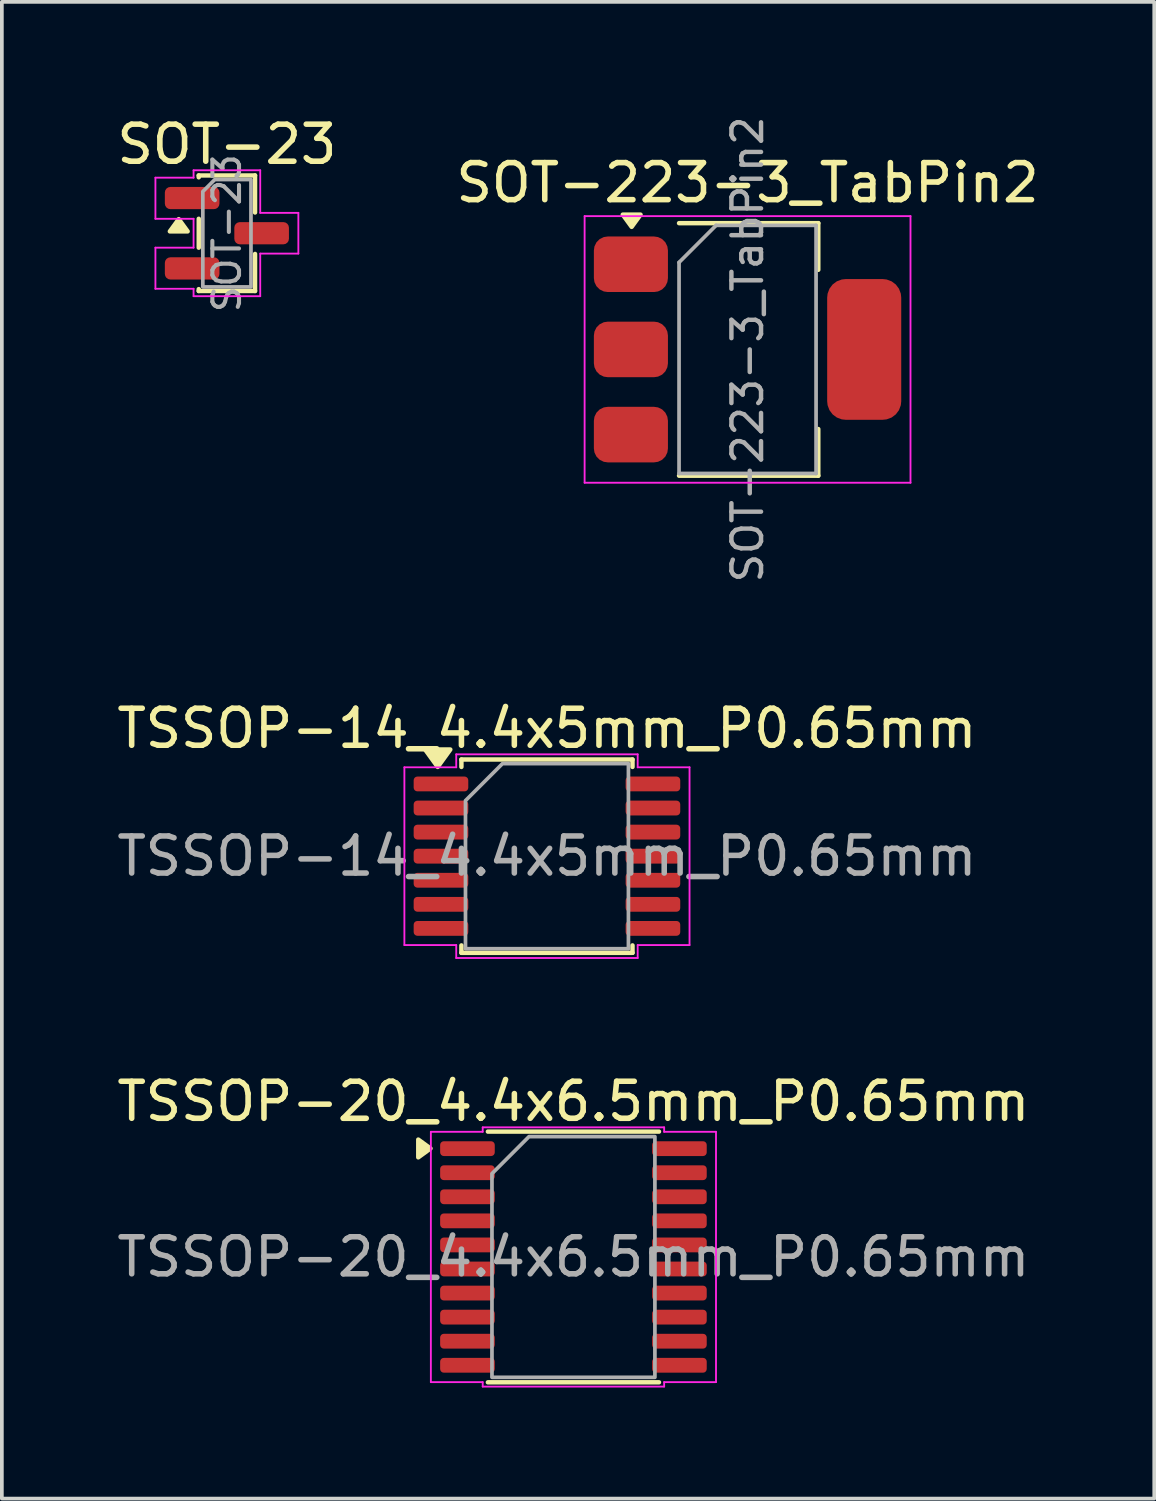
<source format=kicad_pcb>
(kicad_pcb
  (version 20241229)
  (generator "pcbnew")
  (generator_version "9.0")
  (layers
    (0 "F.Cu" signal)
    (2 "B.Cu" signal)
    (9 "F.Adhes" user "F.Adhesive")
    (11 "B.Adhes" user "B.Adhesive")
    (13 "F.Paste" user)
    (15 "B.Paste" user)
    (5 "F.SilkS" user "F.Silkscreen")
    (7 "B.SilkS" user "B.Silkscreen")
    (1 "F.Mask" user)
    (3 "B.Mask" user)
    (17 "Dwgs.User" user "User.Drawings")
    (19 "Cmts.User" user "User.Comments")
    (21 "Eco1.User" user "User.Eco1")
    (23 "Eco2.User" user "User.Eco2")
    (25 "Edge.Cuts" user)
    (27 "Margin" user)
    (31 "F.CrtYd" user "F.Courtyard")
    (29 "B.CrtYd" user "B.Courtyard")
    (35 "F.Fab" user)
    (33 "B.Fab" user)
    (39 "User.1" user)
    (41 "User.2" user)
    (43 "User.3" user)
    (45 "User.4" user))
  (footprint "SOT-223-3_TabPin2"
    (layer "F.Cu")
    (at 17.137 6.386)
    (property "Reference" "SOT-223-3_TabPin2" (at 0 -4.5 0) (layer "F.SilkS") (effects (font (size 1 1) (thickness 0.15))))
    (attr smd)
    (fp_line (start -1.85 -3.41) (end 1.91 -3.41) (stroke (width 0.12) (type solid)) (layer "F.SilkS"))
    (fp_line (start -1.85 3.41) (end 1.91 3.41) (stroke (width 0.12) (type solid)) (layer "F.SilkS"))
    (fp_line (start 1.91 -3.41) (end 1.91 -2.15) (stroke (width 0.12) (type solid)) (layer "F.SilkS"))
    (fp_line (start 1.91 3.41) (end 1.91 2.15) (stroke (width 0.12) (type solid)) (layer "F.SilkS"))
    (fp_poly (pts (xy -3.13 -3.31) (xy -3.37 -3.64) (xy -2.89 -3.64) (xy -3.13 -3.31)) (stroke (width 0.12) (type solid)) (fill yes) (layer "F.SilkS"))
    (fp_line (start -4.4 -3.6) (end -4.4 3.6) (stroke (width 0.05) (type solid)) (layer "F.CrtYd"))
    (fp_line (start -4.4 3.6) (end 4.4 3.6) (stroke (width 0.05) (type solid)) (layer "F.CrtYd"))
    (fp_line (start 4.4 -3.6) (end -4.4 -3.6) (stroke (width 0.05) (type solid)) (layer "F.CrtYd"))
    (fp_line (start 4.4 3.6) (end 4.4 -3.6) (stroke (width 0.05) (type solid)) (layer "F.CrtYd"))
    (fp_line (start -1.85 -2.35) (end -1.85 3.35) (stroke (width 0.1) (type solid)) (layer "F.Fab"))
    (fp_line (start -1.85 -2.35) (end -0.85 -3.35) (stroke (width 0.1) (type solid)) (layer "F.Fab"))
    (fp_line (start -1.85 3.35) (end 1.85 3.35) (stroke (width 0.1) (type solid)) (layer "F.Fab"))
    (fp_line (start -0.85 -3.35) (end 1.85 -3.35) (stroke (width 0.1) (type solid)) (layer "F.Fab"))
    (fp_line (start 1.85 -3.35) (end 1.85 3.35) (stroke (width 0.1) (type solid)) (layer "F.Fab"))
    (fp_text user "${REFERENCE}" (at 0 0 90) (layer "F.Fab") (effects (font (size 0.8 0.8) (thickness 0.12))))
    (pad "1" smd roundrect (at -3.15 -2.3) (size 2 1.5) (layers "F.Cu" "F.Mask" "F.Paste") (roundrect_rratio 0.25))
    (pad "2" smd roundrect (at -3.15 0) (size 2 1.5) (layers "F.Cu" "F.Mask" "F.Paste") (roundrect_rratio 0.25))
    (pad "2" smd roundrect (at 3.15 0) (size 2 3.8) (layers "F.Cu" "F.Mask" "F.Paste") (roundrect_rratio 0.25))
    (pad "3" smd roundrect (at -3.15 2.3) (size 2 1.5) (layers "F.Cu" "F.Mask" "F.Paste") (roundrect_rratio 0.25)))
  (footprint "TSSOP-14_4.4x5mm_P0.65mm"
    (layer "F.Cu")
    (at 11.72 20.07)
    (property "Reference" "TSSOP-14_4.4x5mm_P0.65mm" (at 0 -3.45 0) (layer "F.SilkS") (effects (font (size 1 1) (thickness 0.15))))
    (attr smd)
    (fp_line (start -2.31 -2.61) (end 2.31 -2.61) (stroke (width 0.12) (type solid)) (layer "F.SilkS"))
    (fp_line (start -2.31 -2.41) (end -2.31 -2.61) (stroke (width 0.12) (type solid)) (layer "F.SilkS"))
    (fp_line (start -2.31 2.61) (end -2.31 2.41) (stroke (width 0.12) (type solid)) (layer "F.SilkS"))
    (fp_line (start 2.31 -2.61) (end 2.31 -2.41) (stroke (width 0.12) (type solid)) (layer "F.SilkS"))
    (fp_line (start 2.31 2.41) (end 2.31 2.61) (stroke (width 0.12) (type solid)) (layer "F.SilkS"))
    (fp_line (start 2.31 2.61) (end -2.31 2.61) (stroke (width 0.12) (type solid)) (layer "F.SilkS"))
    (fp_poly (pts (xy -2.95 -2.41) (xy -3.29 -2.88) (xy -2.61 -2.88)) (stroke (width 0.12) (type solid)) (fill yes) (layer "F.SilkS"))
    (fp_line (start -3.85 -2.4) (end -2.45 -2.4) (stroke (width 0.05) (type solid)) (layer "F.CrtYd"))
    (fp_line (start -3.85 2.4) (end -3.85 -2.4) (stroke (width 0.05) (type solid)) (layer "F.CrtYd"))
    (fp_line (start -2.45 -2.75) (end 2.45 -2.75) (stroke (width 0.05) (type solid)) (layer "F.CrtYd"))
    (fp_line (start -2.45 -2.4) (end -2.45 -2.75) (stroke (width 0.05) (type solid)) (layer "F.CrtYd"))
    (fp_line (start -2.45 2.4) (end -3.85 2.4) (stroke (width 0.05) (type solid)) (layer "F.CrtYd"))
    (fp_line (start -2.45 2.75) (end -2.45 2.4) (stroke (width 0.05) (type solid)) (layer "F.CrtYd"))
    (fp_line (start 2.45 -2.75) (end 2.45 -2.4) (stroke (width 0.05) (type solid)) (layer "F.CrtYd"))
    (fp_line (start 2.45 -2.4) (end 3.85 -2.4) (stroke (width 0.05) (type solid)) (layer "F.CrtYd"))
    (fp_line (start 2.45 2.4) (end 2.45 2.75) (stroke (width 0.05) (type solid)) (layer "F.CrtYd"))
    (fp_line (start 2.45 2.75) (end -2.45 2.75) (stroke (width 0.05) (type solid)) (layer "F.CrtYd"))
    (fp_line (start 3.85 -2.4) (end 3.85 2.4) (stroke (width 0.05) (type solid)) (layer "F.CrtYd"))
    (fp_line (start 3.85 2.4) (end 2.45 2.4) (stroke (width 0.05) (type solid)) (layer "F.CrtYd"))
    (fp_poly (pts (xy -1.2 -2.5) (xy 2.2 -2.5) (xy 2.2 2.5) (xy -2.2 2.5) (xy -2.2 -1.5)) (stroke (width 0.1) (type solid)) (fill no) (layer "F.Fab"))
    (fp_text user "${REFERENCE}" (at 0 0 0) (layer "F.Fab") (effects (font (size 1 1) (thickness 0.15))))
    (pad "1" smd roundrect (at -2.862 -1.95) (size 1.475 0.4) (layers "F.Cu" "F.Mask" "F.Paste") (roundrect_rratio 0.25))
    (pad "2" smd roundrect (at -2.862 -1.3) (size 1.475 0.4) (layers "F.Cu" "F.Mask" "F.Paste") (roundrect_rratio 0.25))
    (pad "3" smd roundrect (at -2.862 -0.65) (size 1.475 0.4) (layers "F.Cu" "F.Mask" "F.Paste") (roundrect_rratio 0.25))
    (pad "4" smd roundrect (at -2.862 0) (size 1.475 0.4) (layers "F.Cu" "F.Mask" "F.Paste") (roundrect_rratio 0.25))
    (pad "5" smd roundrect (at -2.862 0.65) (size 1.475 0.4) (layers "F.Cu" "F.Mask" "F.Paste") (roundrect_rratio 0.25))
    (pad "6" smd roundrect (at -2.862 1.3) (size 1.475 0.4) (layers "F.Cu" "F.Mask" "F.Paste") (roundrect_rratio 0.25))
    (pad "7" smd roundrect (at -2.862 1.95) (size 1.475 0.4) (layers "F.Cu" "F.Mask" "F.Paste") (roundrect_rratio 0.25))
    (pad "8" smd roundrect (at 2.862 1.95) (size 1.475 0.4) (layers "F.Cu" "F.Mask" "F.Paste") (roundrect_rratio 0.25))
    (pad "9" smd roundrect (at 2.862 1.3) (size 1.475 0.4) (layers "F.Cu" "F.Mask" "F.Paste") (roundrect_rratio 0.25))
    (pad "10" smd roundrect (at 2.862 0.65) (size 1.475 0.4) (layers "F.Cu" "F.Mask" "F.Paste") (roundrect_rratio 0.25))
    (pad "11" smd roundrect (at 2.862 0) (size 1.475 0.4) (layers "F.Cu" "F.Mask" "F.Paste") (roundrect_rratio 0.25))
    (pad "12" smd roundrect (at 2.862 -0.65) (size 1.475 0.4) (layers "F.Cu" "F.Mask" "F.Paste") (roundrect_rratio 0.25))
    (pad "13" smd roundrect (at 2.862 -1.3) (size 1.475 0.4) (layers "F.Cu" "F.Mask" "F.Paste") (roundrect_rratio 0.25))
    (pad "14" smd roundrect (at 2.862 -1.95) (size 1.475 0.4) (layers "F.Cu" "F.Mask" "F.Paste") (roundrect_rratio 0.25)))
  (footprint "SOT-23"
    (layer "F.Cu")
    (at 3.077 3.248)
    (property "Reference" "SOT-23" (at 0 -2.4 0) (layer "F.SilkS") (effects (font (size 1 1) (thickness 0.15))))
    (attr smd)
    (fp_line (start -0.76 -1.56) (end 0.76 -1.56) (stroke (width 0.12) (type solid)) (layer "F.SilkS"))
    (fp_line (start -0.76 -1.51) (end -0.76 -1.56) (stroke (width 0.12) (type solid)) (layer "F.SilkS"))
    (fp_line (start -0.76 0.39) (end -0.76 -0.39) (stroke (width 0.12) (type solid)) (layer "F.SilkS"))
    (fp_line (start -0.76 1.56) (end -0.76 1.51) (stroke (width 0.12) (type solid)) (layer "F.SilkS"))
    (fp_line (start 0.76 -1.56) (end 0.76 -0.56) (stroke (width 0.12) (type solid)) (layer "F.SilkS"))
    (fp_line (start 0.76 0.56) (end 0.76 1.56) (stroke (width 0.12) (type solid)) (layer "F.SilkS"))
    (fp_line (start 0.76 1.56) (end -0.76 1.56) (stroke (width 0.12) (type solid)) (layer "F.SilkS"))
    (fp_poly (pts (xy -1.3 -0.38) (xy -1.06 -0.05) (xy -1.54 -0.05)) (stroke (width 0.12) (type solid)) (fill yes) (layer "F.SilkS"))
    (fp_line (start -1.93 -1.5) (end -0.9 -1.5) (stroke (width 0.05) (type solid)) (layer "F.CrtYd"))
    (fp_line (start -1.93 -0.39) (end -1.93 -1.5) (stroke (width 0.05) (type solid)) (layer "F.CrtYd"))
    (fp_line (start -1.93 0.39) (end -0.9 0.39) (stroke (width 0.05) (type solid)) (layer "F.CrtYd"))
    (fp_line (start -1.93 1.5) (end -1.93 0.39) (stroke (width 0.05) (type solid)) (layer "F.CrtYd"))
    (fp_line (start -0.9 -1.7) (end 0.9 -1.7) (stroke (width 0.05) (type solid)) (layer "F.CrtYd"))
    (fp_line (start -0.9 -1.5) (end -0.9 -1.7) (stroke (width 0.05) (type solid)) (layer "F.CrtYd"))
    (fp_line (start -0.9 -0.39) (end -1.93 -0.39) (stroke (width 0.05) (type solid)) (layer "F.CrtYd"))
    (fp_line (start -0.9 0.39) (end -0.9 -0.39) (stroke (width 0.05) (type solid)) (layer "F.CrtYd"))
    (fp_line (start -0.9 1.5) (end -1.93 1.5) (stroke (width 0.05) (type solid)) (layer "F.CrtYd"))
    (fp_line (start -0.9 1.7) (end -0.9 1.5) (stroke (width 0.05) (type solid)) (layer "F.CrtYd"))
    (fp_line (start 0.9 -1.7) (end 0.9 -0.55) (stroke (width 0.05) (type solid)) (layer "F.CrtYd"))
    (fp_line (start 0.9 -0.55) (end 1.93 -0.55) (stroke (width 0.05) (type solid)) (layer "F.CrtYd"))
    (fp_line (start 0.9 0.55) (end 0.9 1.7) (stroke (width 0.05) (type solid)) (layer "F.CrtYd"))
    (fp_line (start 0.9 1.7) (end -0.9 1.7) (stroke (width 0.05) (type solid)) (layer "F.CrtYd"))
    (fp_line (start 1.93 -0.55) (end 1.93 0.55) (stroke (width 0.05) (type solid)) (layer "F.CrtYd"))
    (fp_line (start 1.93 0.55) (end 0.9 0.55) (stroke (width 0.05) (type solid)) (layer "F.CrtYd"))
    (fp_poly (pts (xy -0.325 -1.45) (xy 0.65 -1.45) (xy 0.65 1.45) (xy -0.65 1.45) (xy -0.65 -1.125)) (stroke (width 0.1) (type solid)) (fill no) (layer "F.Fab"))
    (fp_text user "${REFERENCE}" (at 0 0 90) (layer "F.Fab") (effects (font (size 0.72 0.72) (thickness 0.11))))
    (pad "1" smd roundrect (at -0.938 -0.95) (size 1.475 0.6) (layers "F.Cu" "F.Mask" "F.Paste") (roundrect_rratio 0.25))
    (pad "2" smd roundrect (at -0.938 0.95) (size 1.475 0.6) (layers "F.Cu" "F.Mask" "F.Paste") (roundrect_rratio 0.25))
    (pad "3" smd roundrect (at 0.938 0) (size 1.475 0.6) (layers "F.Cu" "F.Mask" "F.Paste") (roundrect_rratio 0.25)))
  (footprint "TSSOP-20_4.4x6.5mm_P0.65mm"
    (layer "F.Cu")
    (at 12.435 30.893)
    (property "Reference" "TSSOP-20_4.4x6.5mm_P0.65mm" (at 0 -4.2 0) (layer "F.SilkS") (effects (font (size 1 1) (thickness 0.15))))
    (attr smd)
    (fp_line (start -2.31 -3.385) (end 2.31 -3.385) (stroke (width 0.12) (type solid)) (layer "F.SilkS"))
    (fp_line (start 2.31 3.385) (end -2.31 3.385) (stroke (width 0.12) (type solid)) (layer "F.SilkS"))
    (fp_poly (pts (xy -3.86 -2.93) (xy -4.19 -2.69) (xy -4.19 -3.17)) (stroke (width 0.12) (type solid)) (fill yes) (layer "F.SilkS"))
    (fp_line (start -3.85 -3.38) (end -2.45 -3.38) (stroke (width 0.05) (type solid)) (layer "F.CrtYd"))
    (fp_line (start -3.85 3.38) (end -3.85 -3.38) (stroke (width 0.05) (type solid)) (layer "F.CrtYd"))
    (fp_line (start -2.45 -3.5) (end 2.45 -3.5) (stroke (width 0.05) (type solid)) (layer "F.CrtYd"))
    (fp_line (start -2.45 -3.38) (end -2.45 -3.5) (stroke (width 0.05) (type solid)) (layer "F.CrtYd"))
    (fp_line (start -2.45 3.38) (end -3.85 3.38) (stroke (width 0.05) (type solid)) (layer "F.CrtYd"))
    (fp_line (start -2.45 3.5) (end -2.45 3.38) (stroke (width 0.05) (type solid)) (layer "F.CrtYd"))
    (fp_line (start 2.45 -3.5) (end 2.45 -3.38) (stroke (width 0.05) (type solid)) (layer "F.CrtYd"))
    (fp_line (start 2.45 -3.38) (end 3.85 -3.38) (stroke (width 0.05) (type solid)) (layer "F.CrtYd"))
    (fp_line (start 2.45 3.38) (end 2.45 3.5) (stroke (width 0.05) (type solid)) (layer "F.CrtYd"))
    (fp_line (start 2.45 3.5) (end -2.45 3.5) (stroke (width 0.05) (type solid)) (layer "F.CrtYd"))
    (fp_line (start 3.85 -3.38) (end 3.85 3.38) (stroke (width 0.05) (type solid)) (layer "F.CrtYd"))
    (fp_line (start 3.85 3.38) (end 2.45 3.38) (stroke (width 0.05) (type solid)) (layer "F.CrtYd"))
    (fp_poly (pts (xy -1.2 -3.25) (xy 2.2 -3.25) (xy 2.2 3.25) (xy -2.2 3.25) (xy -2.2 -2.25)) (stroke (width 0.1) (type solid)) (fill no) (layer "F.Fab"))
    (fp_text user "${REFERENCE}" (at 0 0 0) (layer "F.Fab") (effects (font (size 1 1) (thickness 0.15))))
    (pad "1" smd roundrect (at -2.862 -2.925) (size 1.475 0.4) (layers "F.Cu" "F.Mask" "F.Paste") (roundrect_rratio 0.25))
    (pad "2" smd roundrect (at -2.862 -2.275) (size 1.475 0.4) (layers "F.Cu" "F.Mask" "F.Paste") (roundrect_rratio 0.25))
    (pad "3" smd roundrect (at -2.862 -1.625) (size 1.475 0.4) (layers "F.Cu" "F.Mask" "F.Paste") (roundrect_rratio 0.25))
    (pad "4" smd roundrect (at -2.862 -0.975) (size 1.475 0.4) (layers "F.Cu" "F.Mask" "F.Paste") (roundrect_rratio 0.25))
    (pad "5" smd roundrect (at -2.862 -0.325) (size 1.475 0.4) (layers "F.Cu" "F.Mask" "F.Paste") (roundrect_rratio 0.25))
    (pad "6" smd roundrect (at -2.862 0.325) (size 1.475 0.4) (layers "F.Cu" "F.Mask" "F.Paste") (roundrect_rratio 0.25))
    (pad "7" smd roundrect (at -2.862 0.975) (size 1.475 0.4) (layers "F.Cu" "F.Mask" "F.Paste") (roundrect_rratio 0.25))
    (pad "8" smd roundrect (at -2.862 1.625) (size 1.475 0.4) (layers "F.Cu" "F.Mask" "F.Paste") (roundrect_rratio 0.25))
    (pad "9" smd roundrect (at -2.862 2.275) (size 1.475 0.4) (layers "F.Cu" "F.Mask" "F.Paste") (roundrect_rratio 0.25))
    (pad "10" smd roundrect (at -2.862 2.925) (size 1.475 0.4) (layers "F.Cu" "F.Mask" "F.Paste") (roundrect_rratio 0.25))
    (pad "11" smd roundrect (at 2.862 2.925) (size 1.475 0.4) (layers "F.Cu" "F.Mask" "F.Paste") (roundrect_rratio 0.25))
    (pad "12" smd roundrect (at 2.862 2.275) (size 1.475 0.4) (layers "F.Cu" "F.Mask" "F.Paste") (roundrect_rratio 0.25))
    (pad "13" smd roundrect (at 2.862 1.625) (size 1.475 0.4) (layers "F.Cu" "F.Mask" "F.Paste") (roundrect_rratio 0.25))
    (pad "14" smd roundrect (at 2.862 0.975) (size 1.475 0.4) (layers "F.Cu" "F.Mask" "F.Paste") (roundrect_rratio 0.25))
    (pad "15" smd roundrect (at 2.862 0.325) (size 1.475 0.4) (layers "F.Cu" "F.Mask" "F.Paste") (roundrect_rratio 0.25))
    (pad "16" smd roundrect (at 2.862 -0.325) (size 1.475 0.4) (layers "F.Cu" "F.Mask" "F.Paste") (roundrect_rratio 0.25))
    (pad "17" smd roundrect (at 2.862 -0.975) (size 1.475 0.4) (layers "F.Cu" "F.Mask" "F.Paste") (roundrect_rratio 0.25))
    (pad "18" smd roundrect (at 2.862 -1.625) (size 1.475 0.4) (layers "F.Cu" "F.Mask" "F.Paste") (roundrect_rratio 0.25))
    (pad "19" smd roundrect (at 2.862 -2.275) (size 1.475 0.4) (layers "F.Cu" "F.Mask" "F.Paste") (roundrect_rratio 0.25))
    (pad "20" smd roundrect (at 2.862 -2.925) (size 1.475 0.4) (layers "F.Cu" "F.Mask" "F.Paste") (roundrect_rratio 0.25)))
  (gr_rect
    (start -3 -3)
    (end 28.119 37.418)
    (stroke (width 0.1) (type default))
    (fill no)
    (layer "Edge.Cuts")))
</source>
